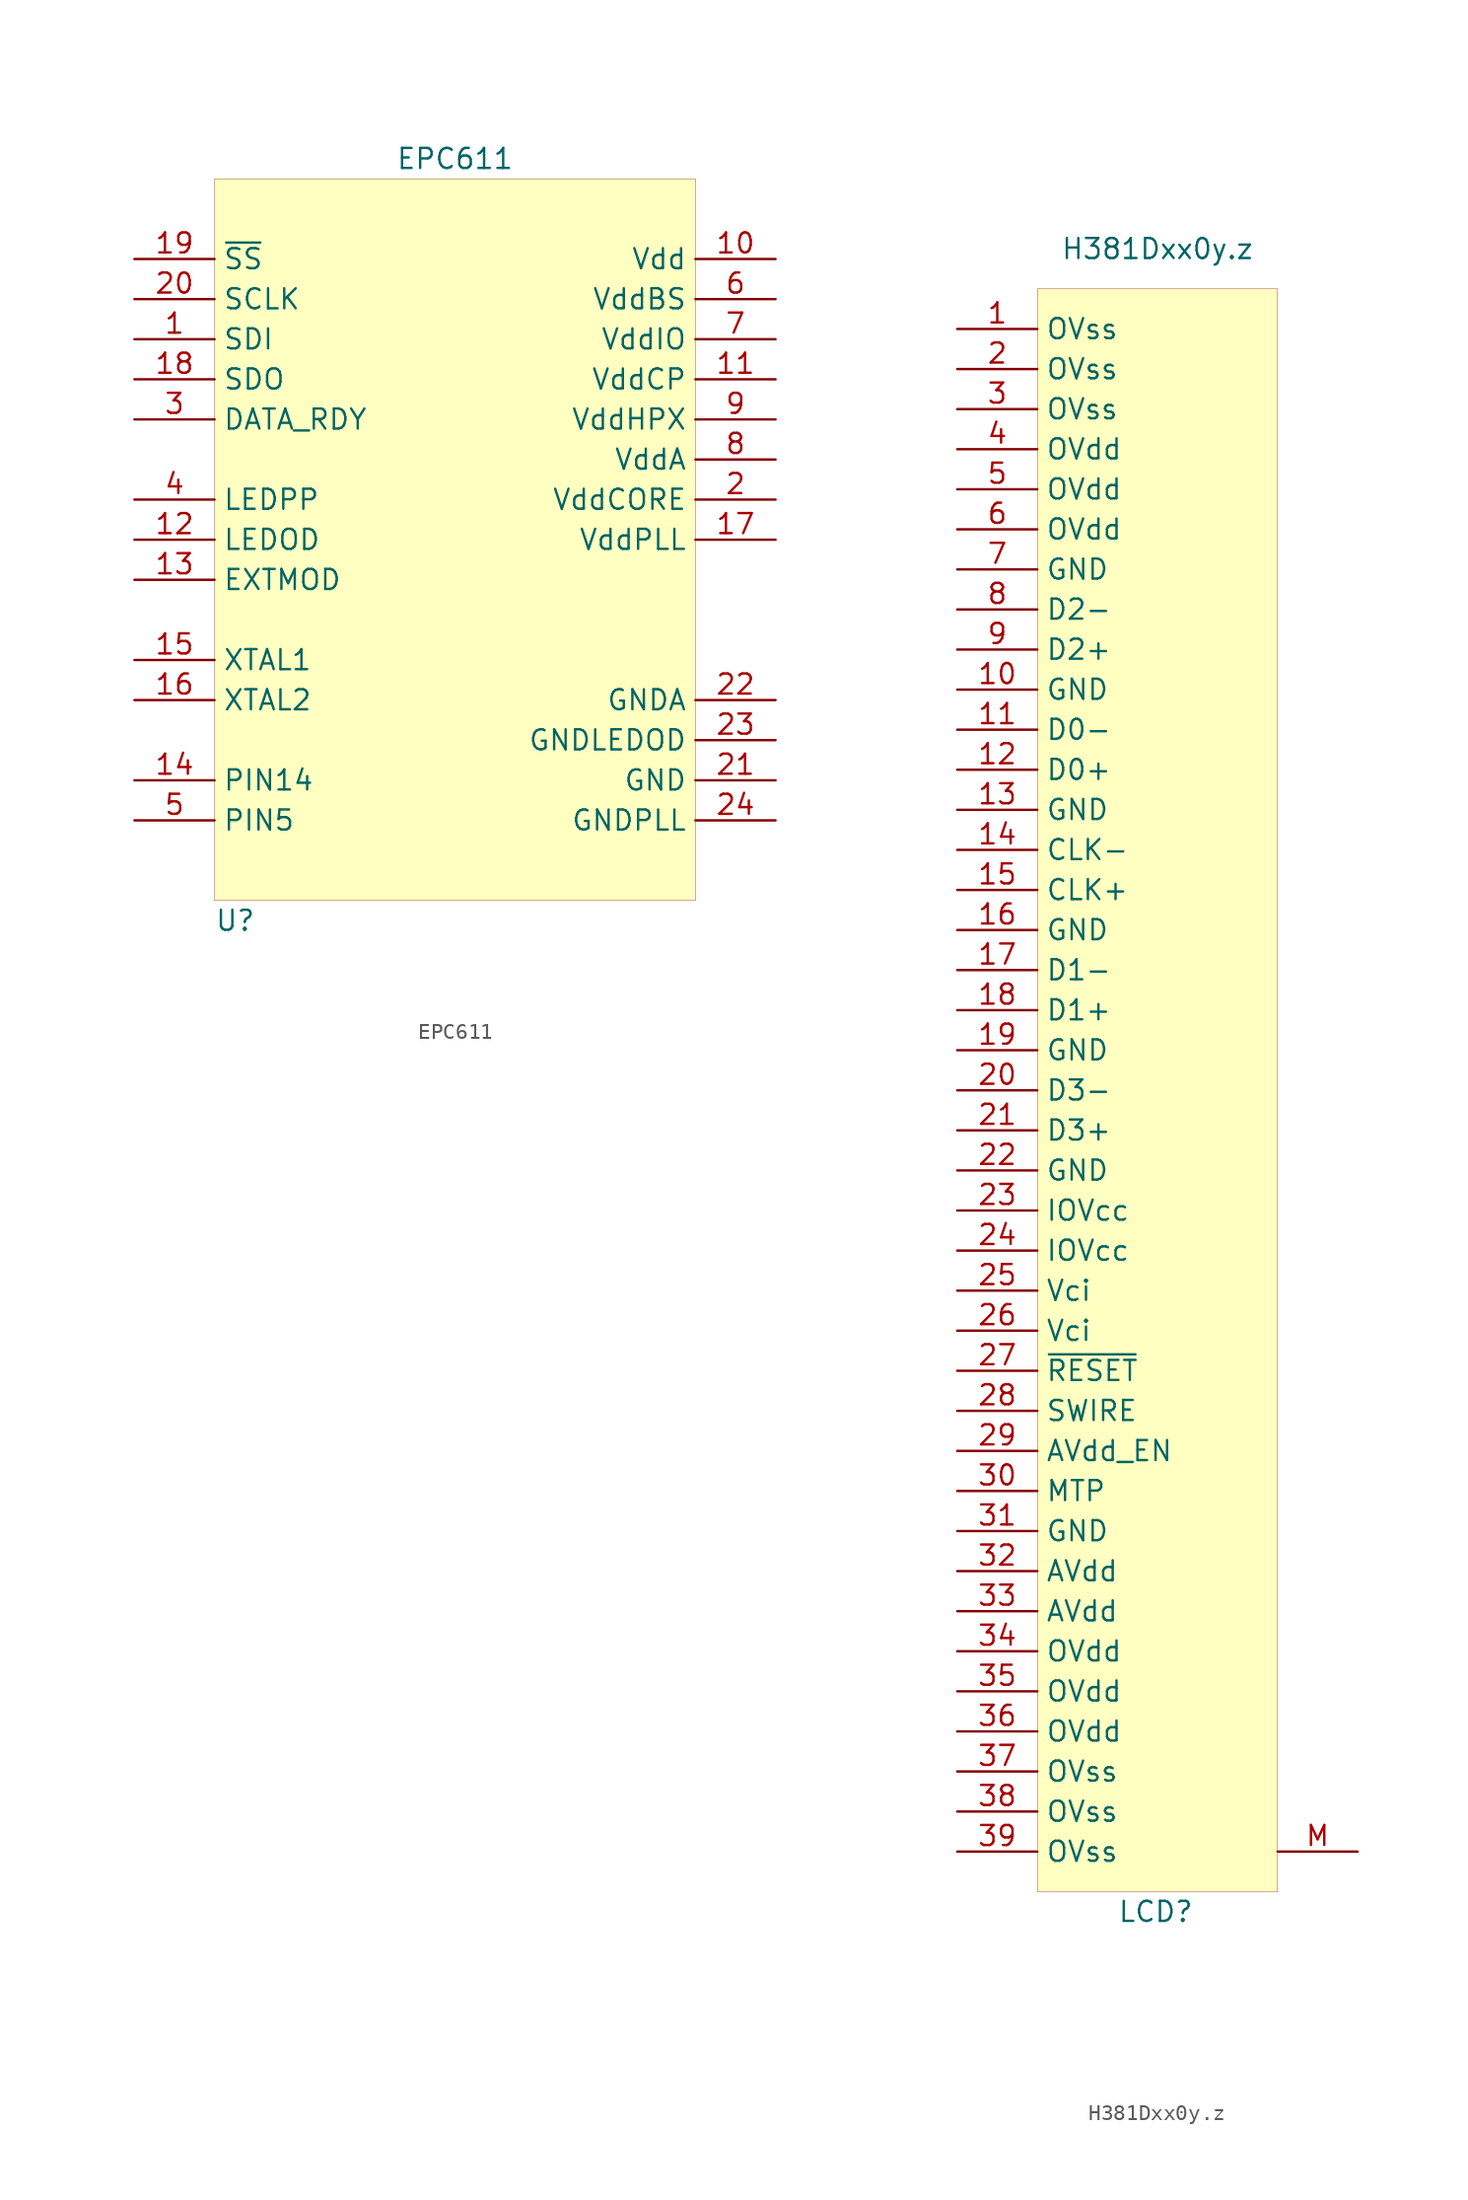
<source format=kicad_sym>
(kicad_symbol_lib
  (version 20201005)
  (generator kicad_symbol_editor)
  (symbol "meowality:EPC611"
    (property "Reference" "U"
      (at -15.24 -1.27 0)
      (effects (font (size 1.27 1.27)) (justify left)))
    (property "Value" "EPC611"
      (at 0 46.99 0)
      (effects (font (size 1.27 1.27))))
    (symbol "EPC611_0_1"
      (rectangle (start -15.24 45.72) (end 15.24 0) (stroke (width 0.001)) (fill (type background))))
    (symbol "EPC611_1_1"
      (pin power_in line (at 20.32 40.64 180) (length 5.08) (name "Vdd" (effects (font (size 1.27 1.27)))) (number "10" (effects (font (size 1.27 1.27)))))
      (pin power_in line (at 20.32 38.1 180) (length 5.08) (name "VddBS" (effects (font (size 1.27 1.27)))) (number "6" (effects (font (size 1.27 1.27)))))
      (pin power_in line (at 20.32 35.56 180) (length 5.08) (name "VddIO" (effects (font (size 1.27 1.27)))) (number "7" (effects (font (size 1.27 1.27)))))
      (pin power_in line (at 20.32 33.02 180) (length 5.08) (name "VddCP" (effects (font (size 1.27 1.27)))) (number "11" (effects (font (size 1.27 1.27)))))
      (pin power_in line (at 20.32 30.48 180) (length 5.08) (name "VddHPX" (effects (font (size 1.27 1.27)))) (number "9" (effects (font (size 1.27 1.27)))))
      (pin power_in line (at 20.32 27.94 180) (length 5.08) (name "VddA" (effects (font (size 1.27 1.27)))) (number "8" (effects (font (size 1.27 1.27)))))
      (pin power_in line (at 20.32 25.4 180) (length 5.08) (name "VddCORE" (effects (font (size 1.27 1.27)))) (number "2" (effects (font (size 1.27 1.27)))))
      (pin power_in line (at 20.32 22.86 180) (length 5.08) (name "VddPLL" (effects (font (size 1.27 1.27)))) (number "17" (effects (font (size 1.27 1.27)))))
      (pin input line (at -20.32 40.64 0) (length 5.08) (name "~SS" (effects (font (size 1.27 1.27)))) (number "19" (effects (font (size 1.27 1.27)))))
      (pin input line (at -20.32 38.1 0) (length 5.08) (name "SCLK" (effects (font (size 1.27 1.27)))) (number "20" (effects (font (size 1.27 1.27)))))
      (pin input line (at -20.32 35.56 0) (length 5.08) (name "SDI" (effects (font (size 1.27 1.27)))) (number "1" (effects (font (size 1.27 1.27)))))
      (pin output line (at -20.32 33.02 0) (length 5.08) (name "SDO" (effects (font (size 1.27 1.27)))) (number "18" (effects (font (size 1.27 1.27)))))
      (pin output line (at -20.32 30.48 0) (length 5.08) (name "DATA_RDY" (effects (font (size 1.27 1.27)))) (number "3" (effects (font (size 1.27 1.27)))))
      (pin output line (at -20.32 25.4 0) (length 5.08) (name "LEDPP" (effects (font (size 1.27 1.27)))) (number "4" (effects (font (size 1.27 1.27)))))
      (pin bidirectional line (at -20.32 20.32 0) (length 5.08) (name "EXTMOD" (effects (font (size 1.27 1.27)))) (number "13" (effects (font (size 1.27 1.27)))))
      (pin input line (at -20.32 15.24 0) (length 5.08) (name "XTAL1" (effects (font (size 1.27 1.27)))) (number "15" (effects (font (size 1.27 1.27)))))
      (pin output line (at -20.32 12.7 0) (length 5.08) (name "XTAL2" (effects (font (size 1.27 1.27)))) (number "16" (effects (font (size 1.27 1.27)))))
      (pin open_collector line (at -20.32 22.86 0) (length 5.08) (name "LEDOD" (effects (font (size 1.27 1.27)))) (number "12" (effects (font (size 1.27 1.27)))))
      (pin input line (at -20.32 7.62 0) (length 5.08) (name "PIN14" (effects (font (size 1.27 1.27)))) (number "14" (effects (font (size 1.27 1.27)))))
      (pin passive line (at -20.32 5.08 0) (length 5.08) (name "PIN5" (effects (font (size 1.27 1.27)))) (number "5" (effects (font (size 1.27 1.27)))))
      (pin power_in line (at 20.32 12.7 180) (length 5.08) (name "GNDA" (effects (font (size 1.27 1.27)))) (number "22" (effects (font (size 1.27 1.27)))))
      (pin power_in line (at 20.32 10.16 180) (length 5.08) (name "GNDLEDOD" (effects (font (size 1.27 1.27)))) (number "23" (effects (font (size 1.27 1.27)))))
      (pin power_in line (at 20.32 7.62 180) (length 5.08) (name "GND" (effects (font (size 1.27 1.27)))) (number "21" (effects (font (size 1.27 1.27)))))
      (pin power_in line (at 20.32 5.08 180) (length 5.08) (name "GNDPLL" (effects (font (size 1.27 1.27)))) (number "24" (effects (font (size 1.27 1.27)))))))
  (symbol "meowality:H381Dxx0y.z"
    (property "Reference" "LCD\n"
      (at -2.54 -52.07 0)
      (effects (font (size 1.27 1.27)) (justify left)))
    (property "Value" "H381Dxx0y.z"
      (at 0 53.34 0)
      (effects (font (size 1.27 1.27))))
    (symbol "H381Dxx0y.z_0_1"
      (rectangle (start -7.62 -50.8) (end 7.62 50.8) (stroke (width 0.001)) (fill (type background))))
    (symbol "H381Dxx0y.z_1_1"
      (pin power_in line (at -12.7 48.26 0) (length 5.08) (name "OVss" (effects (font (size 1.27 1.27)))) (number "1" (effects (font (size 1.27 1.27)))))
      (pin power_in line (at -12.7 45.72 0) (length 5.08) (name "OVss" (effects (font (size 1.27 1.27)))) (number "2" (effects (font (size 1.27 1.27)))))
      (pin power_in line (at -12.7 43.18 0) (length 5.08) (name "OVss" (effects (font (size 1.27 1.27)))) (number "3" (effects (font (size 1.27 1.27)))))
      (pin power_in line (at -12.7 40.64 0) (length 5.08) (name "OVdd" (effects (font (size 1.27 1.27)))) (number "4" (effects (font (size 1.27 1.27)))))
      (pin power_in line (at -12.7 38.1 0) (length 5.08) (name "OVdd" (effects (font (size 1.27 1.27)))) (number "5" (effects (font (size 1.27 1.27)))))
      (pin power_in line (at -12.7 35.56 0) (length 5.08) (name "OVdd" (effects (font (size 1.27 1.27)))) (number "6" (effects (font (size 1.27 1.27)))))
      (pin power_in line (at -12.7 33.02 0) (length 5.08) (name "GND" (effects (font (size 1.27 1.27)))) (number "7" (effects (font (size 1.27 1.27)))))
      (pin input line (at -12.7 30.48 0) (length 5.08) (name "D2-" (effects (font (size 1.27 1.27)))) (number "8" (effects (font (size 1.27 1.27)))))
      (pin input line (at -12.7 27.94 0) (length 5.08) (name "D2+" (effects (font (size 1.27 1.27)))) (number "9" (effects (font (size 1.27 1.27)))))
      (pin power_in line (at -12.7 25.4 0) (length 5.08) (name "GND" (effects (font (size 1.27 1.27)))) (number "10" (effects (font (size 1.27 1.27)))))
      (pin bidirectional line (at -12.7 22.86 0) (length 5.08) (name "D0-" (effects (font (size 1.27 1.27)))) (number "11" (effects (font (size 1.27 1.27)))))
      (pin bidirectional line (at -12.7 20.32 0) (length 5.08) (name "D0+" (effects (font (size 1.27 1.27)))) (number "12" (effects (font (size 1.27 1.27)))))
      (pin power_in line (at -12.7 17.78 0) (length 5.08) (name "GND" (effects (font (size 1.27 1.27)))) (number "13" (effects (font (size 1.27 1.27)))))
      (pin input line (at -12.7 15.24 0) (length 5.08) (name "CLK-" (effects (font (size 1.27 1.27)))) (number "14" (effects (font (size 1.27 1.27)))))
      (pin input line (at -12.7 12.7 0) (length 5.08) (name "CLK+" (effects (font (size 1.27 1.27)))) (number "15" (effects (font (size 1.27 1.27)))))
      (pin power_in line (at -12.7 10.16 0) (length 5.08) (name "GND" (effects (font (size 1.27 1.27)))) (number "16" (effects (font (size 1.27 1.27)))))
      (pin input line (at -12.7 7.62 0) (length 5.08) (name "D1-" (effects (font (size 1.27 1.27)))) (number "17" (effects (font (size 1.27 1.27)))))
      (pin input line (at -12.7 5.08 0) (length 5.08) (name "D1+" (effects (font (size 1.27 1.27)))) (number "18" (effects (font (size 1.27 1.27)))))
      (pin power_in line (at -12.7 2.54 0) (length 5.08) (name "GND" (effects (font (size 1.27 1.27)))) (number "19" (effects (font (size 1.27 1.27)))))
      (pin input line (at -12.7 0 0) (length 5.08) (name "D3-" (effects (font (size 1.27 1.27)))) (number "20" (effects (font (size 1.27 1.27)))))
      (pin input line (at -12.7 -2.54 0) (length 5.08) (name "D3+" (effects (font (size 1.27 1.27)))) (number "21" (effects (font (size 1.27 1.27)))))
      (pin power_in line (at -12.7 -5.08 0) (length 5.08) (name "GND" (effects (font (size 1.27 1.27)))) (number "22" (effects (font (size 1.27 1.27)))))
      (pin power_in line (at -12.7 -7.62 0) (length 5.08) (name "IOVcc" (effects (font (size 1.27 1.27)))) (number "23" (effects (font (size 1.27 1.27)))))
      (pin power_in line (at -12.7 -10.16 0) (length 5.08) (name "IOVcc" (effects (font (size 1.27 1.27)))) (number "24" (effects (font (size 1.27 1.27)))))
      (pin power_in line (at -12.7 -12.7 0) (length 5.08) (name "Vci" (effects (font (size 1.27 1.27)))) (number "25" (effects (font (size 1.27 1.27)))))
      (pin power_in line (at -12.7 -15.24 0) (length 5.08) (name "Vci" (effects (font (size 1.27 1.27)))) (number "26" (effects (font (size 1.27 1.27)))))
      (pin input line (at -12.7 -17.78 0) (length 5.08) (name "~RESET" (effects (font (size 1.27 1.27)))) (number "27" (effects (font (size 1.27 1.27)))))
      (pin output line (at -12.7 -20.32 0) (length 5.08) (name "SWIRE" (effects (font (size 1.27 1.27)))) (number "28" (effects (font (size 1.27 1.27)))))
      (pin output line (at -12.7 -22.86 0) (length 5.08) (name "AVdd_EN" (effects (font (size 1.27 1.27)))) (number "29" (effects (font (size 1.27 1.27)))))
      (pin passive line (at -12.7 -25.4 0) (length 5.08) (name "MTP" (effects (font (size 1.27 1.27)))) (number "30" (effects (font (size 1.27 1.27)))))
      (pin power_in line (at -12.7 -27.94 0) (length 5.08) (name "GND" (effects (font (size 1.27 1.27)))) (number "31" (effects (font (size 1.27 1.27)))))
      (pin power_in line (at -12.7 -30.48 0) (length 5.08) (name "AVdd" (effects (font (size 1.27 1.27)))) (number "32" (effects (font (size 1.27 1.27)))))
      (pin power_in line (at -12.7 -33.02 0) (length 5.08) (name "AVdd" (effects (font (size 1.27 1.27)))) (number "33" (effects (font (size 1.27 1.27)))))
      (pin power_in line (at -12.7 -35.56 0) (length 5.08) (name "OVdd" (effects (font (size 1.27 1.27)))) (number "34" (effects (font (size 1.27 1.27)))))
      (pin power_in line (at -12.7 -38.1 0) (length 5.08) (name "OVdd" (effects (font (size 1.27 1.27)))) (number "35" (effects (font (size 1.27 1.27)))))
      (pin power_in line (at -12.7 -40.64 0) (length 5.08) (name "OVdd" (effects (font (size 1.27 1.27)))) (number "36" (effects (font (size 1.27 1.27)))))
      (pin power_in line (at -12.7 -43.18 0) (length 5.08) (name "OVss" (effects (font (size 1.27 1.27)))) (number "37" (effects (font (size 1.27 1.27)))))
      (pin power_in line (at -12.7 -45.72 0) (length 5.08) (name "OVss" (effects (font (size 1.27 1.27)))) (number "38" (effects (font (size 1.27 1.27)))))
      (pin power_in line (at -12.7 -48.26 0) (length 5.08) (name "OVss" (effects (font (size 1.27 1.27)))) (number "39" (effects (font (size 1.27 1.27)))))
      (pin passive line (at 12.7 -48.26 180) (length 5.08) (name "" (effects (font (size 1.27 1.27)))) (number "M" (effects (font (size 1.27 1.27))))))))
</source>
